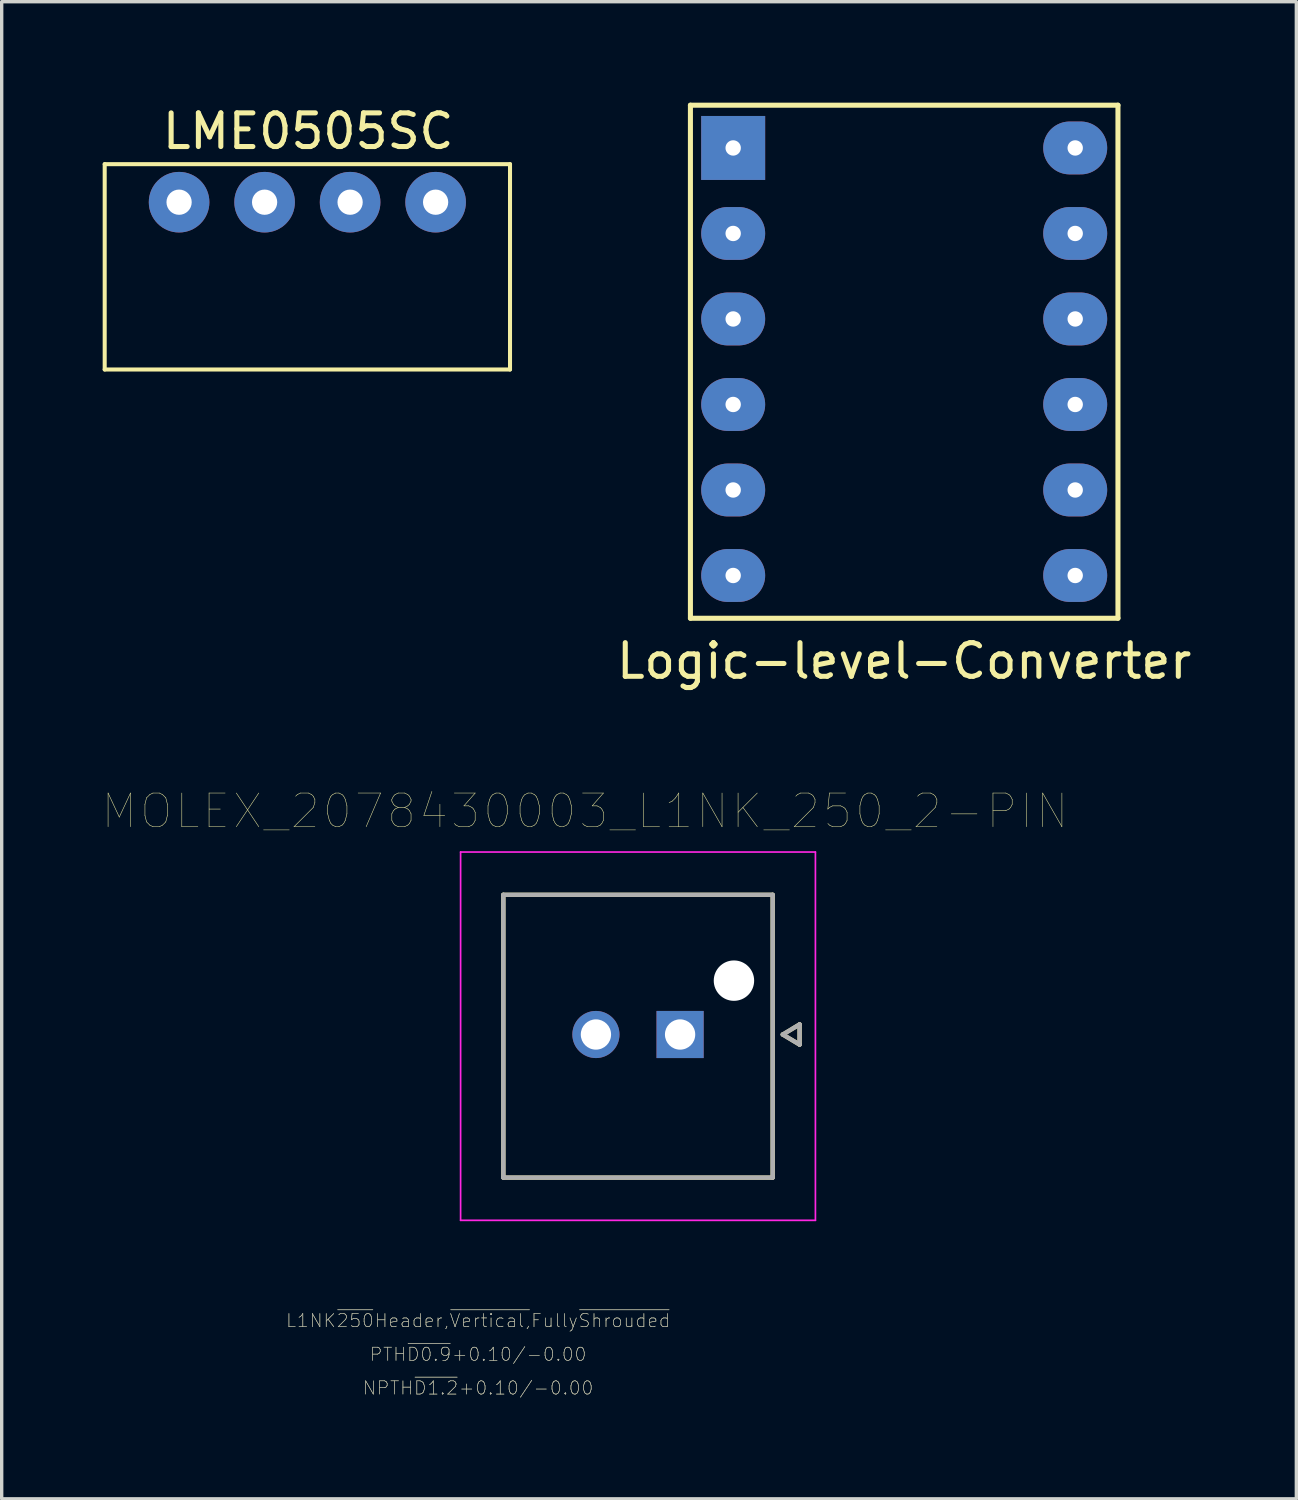
<source format=kicad_pcb>
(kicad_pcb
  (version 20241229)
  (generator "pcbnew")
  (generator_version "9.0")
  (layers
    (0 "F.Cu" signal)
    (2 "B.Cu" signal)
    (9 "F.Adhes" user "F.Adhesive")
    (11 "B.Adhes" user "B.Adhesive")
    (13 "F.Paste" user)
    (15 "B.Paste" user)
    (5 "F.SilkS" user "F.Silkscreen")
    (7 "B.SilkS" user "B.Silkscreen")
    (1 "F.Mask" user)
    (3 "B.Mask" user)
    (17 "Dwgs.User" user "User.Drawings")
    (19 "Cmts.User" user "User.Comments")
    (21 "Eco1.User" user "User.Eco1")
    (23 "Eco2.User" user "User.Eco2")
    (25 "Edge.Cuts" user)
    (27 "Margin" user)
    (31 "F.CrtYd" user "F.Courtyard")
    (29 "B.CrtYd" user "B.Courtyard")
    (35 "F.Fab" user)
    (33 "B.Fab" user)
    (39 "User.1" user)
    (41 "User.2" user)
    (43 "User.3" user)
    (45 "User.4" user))
  (footprint "Logic-level-Converter"
    (layer "F.Cu")
    (at 23.809 8.965)
    (property "Reference" "Logic-level-Converter" (at 0 7.62 0) (layer "F.SilkS") (effects (font (size 1 1) (thickness 0.15))))
    (attr through_hole)
    (fp_line (start -6.35 -8.89) (end -6.35 6.35) (stroke (width 0.15) (type solid)) (layer "F.Mask"))
    (fp_line (start -6.35 6.35) (end 6.35 6.35) (stroke (width 0.15) (type solid)) (layer "F.Mask"))
    (fp_line (start 6.35 -8.89) (end -6.35 -8.89) (stroke (width 0.15) (type solid)) (layer "F.Mask"))
    (fp_line (start 6.35 6.35) (end 6.35 -8.89) (stroke (width 0.15) (type solid)) (layer "F.Mask"))
    (fp_line (start -6.35 -8.89) (end 6.35 -8.89) (stroke (width 0.15) (type solid)) (layer "F.SilkS"))
    (fp_line (start -6.35 6.35) (end -6.35 -8.89) (stroke (width 0.15) (type solid)) (layer "F.SilkS"))
    (fp_line (start 6.35 -8.89) (end 6.35 6.35) (stroke (width 0.15) (type solid)) (layer "F.SilkS"))
    (fp_line (start 6.35 6.35) (end -6.35 6.35) (stroke (width 0.15) (type solid)) (layer "F.SilkS"))
    (pad "1" thru_hole rect (at -5.08 -7.62) (size 1.9 1.9) (drill 0.457) (layers "*.Cu" "*.Mask"))
    (pad "2" thru_hole oval (at -5.08 -5.08) (size 1.9 1.57) (drill 0.457) (layers "*.Cu" "*.Mask"))
    (pad "3" thru_hole oval (at -5.08 -2.54) (size 1.9 1.57) (drill 0.457) (layers "*.Cu" "*.Mask"))
    (pad "4" thru_hole oval (at -5.08 0) (size 1.9 1.57) (drill 0.457) (layers "*.Cu" "*.Mask"))
    (pad "5" thru_hole oval (at -5.08 2.54) (size 1.9 1.57) (drill 0.457) (layers "*.Cu" "*.Mask"))
    (pad "6" thru_hole oval (at -5.08 5.08) (size 1.9 1.57) (drill 0.457) (layers "*.Cu" "*.Mask"))
    (pad "7" thru_hole oval (at 5.08 5.08) (size 1.9 1.57) (drill 0.457) (layers "*.Cu" "*.Mask"))
    (pad "8" thru_hole oval (at 5.08 2.54) (size 1.9 1.57) (drill 0.457) (layers "*.Cu" "*.Mask"))
    (pad "9" thru_hole oval (at 5.08 0) (size 1.9 1.57) (drill 0.457) (layers "*.Cu" "*.Mask"))
    (pad "10" thru_hole oval (at 5.08 -2.54) (size 1.9 1.57) (drill 0.457) (layers "*.Cu" "*.Mask"))
    (pad "11" thru_hole oval (at 5.08 -5.08) (size 1.9 1.57) (drill 0.457) (layers "*.Cu" "*.Mask"))
    (pad "12" thru_hole oval (at 5.08 -7.62) (size 1.9 1.57) (drill 0.457) (layers "*.Cu" "*.Mask")))
  (footprint "MOLEX_2078430003_L1NK_250_2-PIN"
    (layer "F.Cu")
    (at 17.152 27.68)
    (property "Reference" "MOLEX_2078430003_L1NK_250_2-PIN" (at -2.825 -6.635 0) (layer "F.SilkS") (effects (font (size 1 1) (thickness 0.015))))
    (attr through_hole)
    (fp_circle (center -2.5 0) (end -2.112 0) (stroke (width 0.776) (type solid)) (fill no) (layer "F.Mask"))
    (fp_circle (center 1.6 -1.6) (end 1.938 -1.6) (stroke (width 0.676) (type solid)) (fill no) (layer "F.Mask"))
    (fp_poly (pts (xy -0.776 -0.776) (xy 0.776 -0.776) (xy 0.776 0.776) (xy -0.776 0.776)) (stroke (width 0.01) (type solid)) (fill yes) (layer "F.Mask"))
    (fp_circle (center -2.5 0) (end -2.112 0) (stroke (width 0.776) (type solid)) (fill no) (layer "B.Mask"))
    (fp_circle (center 1.6 -1.6) (end 1.938 -1.6) (stroke (width 0.676) (type solid)) (fill no) (layer "B.Mask"))
    (fp_poly (pts (xy -0.776 -0.776) (xy 0.776 -0.776) (xy 0.776 0.776) (xy -0.776 0.776)) (stroke (width 0.01) (type solid)) (fill yes) (layer "B.Mask"))
    (fp_line (start -5.25 -4.15) (end 2.75 -4.15) (stroke (width 0.127) (type solid)) (layer "F.SilkS"))
    (fp_line (start -5.25 4.25) (end -5.25 -4.15) (stroke (width 0.127) (type solid)) (layer "F.SilkS"))
    (fp_line (start 2.75 -4.15) (end 2.75 4.25) (stroke (width 0.127) (type solid)) (layer "F.SilkS"))
    (fp_line (start 2.75 4.25) (end -5.25 4.25) (stroke (width 0.127) (type solid)) (layer "F.SilkS"))
    (fp_line (start 3.05 0) (end 3.55 -0.3) (stroke (width 0.127) (type solid)) (layer "F.SilkS"))
    (fp_line (start 3.55 -0.3) (end 3.55 0.3) (stroke (width 0.127) (type solid)) (layer "F.SilkS"))
    (fp_line (start 3.55 0.3) (end 3.05 0) (stroke (width 0.127) (type solid)) (layer "F.SilkS"))
    (fp_line (start -6.52 -5.42) (end 4.02 -5.42) (stroke (width 0.05) (type solid)) (layer "F.CrtYd"))
    (fp_line (start -6.52 5.52) (end -6.52 -5.42) (stroke (width 0.05) (type solid)) (layer "F.CrtYd"))
    (fp_line (start 4.02 -5.42) (end 4.02 5.52) (stroke (width 0.05) (type solid)) (layer "F.CrtYd"))
    (fp_line (start 4.02 5.52) (end -6.52 5.52) (stroke (width 0.05) (type solid)) (layer "F.CrtYd"))
    (fp_line (start -5.25 -4.15) (end 2.75 -4.15) (stroke (width 0.127) (type solid)) (layer "F.Fab"))
    (fp_line (start -5.25 4.25) (end -5.25 -4.15) (stroke (width 0.127) (type solid)) (layer "F.Fab"))
    (fp_line (start 2.75 -4.15) (end 2.75 4.25) (stroke (width 0.127) (type solid)) (layer "F.Fab"))
    (fp_line (start 2.75 4.25) (end -5.25 4.25) (stroke (width 0.127) (type solid)) (layer "F.Fab"))
    (fp_line (start 3.05 0) (end 3.55 -0.3) (stroke (width 0.127) (type solid)) (layer "F.Fab"))
    (fp_line (start 3.55 -0.3) (end 3.55 0.3) (stroke (width 0.127) (type solid)) (layer "F.Fab"))
    (fp_line (start 3.55 0.3) (end 3.05 0) (stroke (width 0.127) (type solid)) (layer "F.Fab"))
    (fp_text user "L1NK~{250}Header,~{Vertical,}Fully~{Shrouded}" (at -6 8.5 0) (layer "F.SilkS") (effects (font (size 0.394 0.394) (thickness 0.015))))
    (fp_text user "PTH~{D0.9}+0.10/-0.00" (at -6 9.5 0) (layer "F.SilkS") (effects (font (size 0.394 0.394) (thickness 0.015))))
    (fp_text user "NPTH~{D1.2}+0.10/-0.00" (at -6 10.5 0) (layer "F.SilkS") (effects (font (size 0.394 0.394) (thickness 0.015))))
    (fp_text user "NPTH~{D1.2}+0.10/-0.00" (at -6 10.5 0) (layer "F.Fab") (effects (font (size 0.394 0.394) (thickness 0.015))))
    (fp_text user "PTH~{D0.9}+0.10/-0.00" (at -6 9.5 0) (layer "F.Fab") (effects (font (size 0.394 0.394) (thickness 0.015))))
    (fp_text user "L1NK~{250}Header,~{Vertical,}Fully~{Shrouded}" (at -6 8.5 0) (layer "F.Fab") (effects (font (size 0.394 0.394) (thickness 0.015))))
    (pad "" np_thru_hole circle (at 1.6 -1.6) (size 1.2 1.2) (drill 1.2) (layers "*.Cu" "*.Mask"))
    (pad "1" thru_hole rect (at 0 0) (size 1.4 1.4) (drill 0.9) (layers "*.Cu"))
    (pad "2" thru_hole circle (at -2.5 0) (size 1.4 1.4) (drill 0.9) (layers "*.Cu")))
  (footprint "LME0505SC"
    (layer "F.Cu")
    (at 6.08 2.956)
    (property "Reference" "LME0505SC" (at 0.025 -2.108 0) (layer "F.SilkS") (effects (font (size 1 1) (thickness 0.15))))
    (attr through_hole)
    (fp_line (start -6.02 -1.13) (end 6.02 -1.13) (stroke (width 0.12) (type solid)) (layer "F.SilkS"))
    (fp_line (start -6.02 4.97) (end -6.02 -1.13) (stroke (width 0.12) (type solid)) (layer "F.SilkS"))
    (fp_line (start -6.02 4.97) (end 6.02 4.97) (stroke (width 0.12) (type solid)) (layer "F.SilkS"))
    (fp_line (start 6.02 4.97) (end 6.02 -1.13) (stroke (width 0.12) (type solid)) (layer "F.SilkS"))
    (pad "1" thru_hole circle (at 3.81 0.0002 90) (size 1.8 1.8) (drill 0.75) (layers "*.Cu" "*.Mask"))
    (pad "2" thru_hole circle (at 1.27 0.0002 90) (size 1.8 1.8) (drill 0.75) (layers "*.Cu" "*.Mask"))
    (pad "3" thru_hole circle (at -1.27 0.0002 90) (size 1.8 1.8) (drill 0.75) (layers "*.Cu" "*.Mask"))
    (pad "4" thru_hole circle (at -3.81 0.0002 90) (size 1.8 1.8) (drill 0.75) (layers "*.Cu" "*.Mask")))
  (gr_rect
    (start -3 -3)
    (end 35.458 41.473)
    (stroke (width 0.1) (type default))
    (fill no)
    (layer "Edge.Cuts")))
</source>
